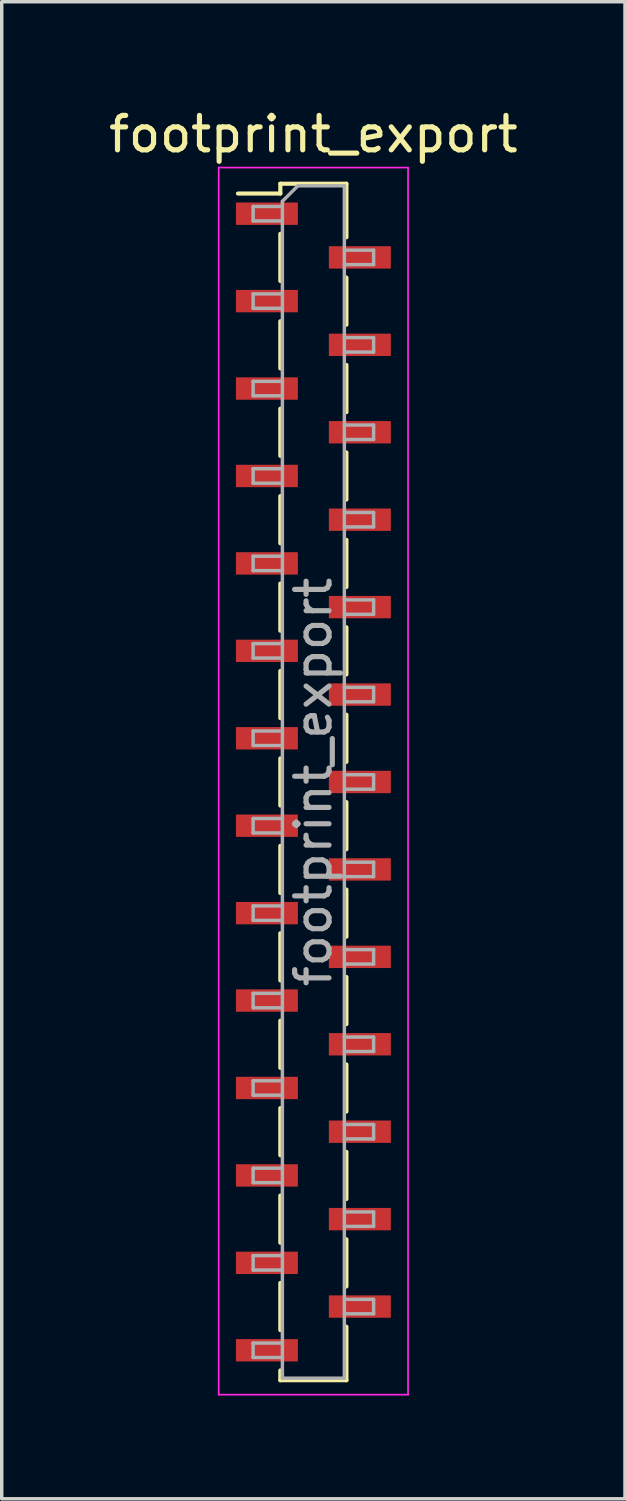
<source format=kicad_pcb>
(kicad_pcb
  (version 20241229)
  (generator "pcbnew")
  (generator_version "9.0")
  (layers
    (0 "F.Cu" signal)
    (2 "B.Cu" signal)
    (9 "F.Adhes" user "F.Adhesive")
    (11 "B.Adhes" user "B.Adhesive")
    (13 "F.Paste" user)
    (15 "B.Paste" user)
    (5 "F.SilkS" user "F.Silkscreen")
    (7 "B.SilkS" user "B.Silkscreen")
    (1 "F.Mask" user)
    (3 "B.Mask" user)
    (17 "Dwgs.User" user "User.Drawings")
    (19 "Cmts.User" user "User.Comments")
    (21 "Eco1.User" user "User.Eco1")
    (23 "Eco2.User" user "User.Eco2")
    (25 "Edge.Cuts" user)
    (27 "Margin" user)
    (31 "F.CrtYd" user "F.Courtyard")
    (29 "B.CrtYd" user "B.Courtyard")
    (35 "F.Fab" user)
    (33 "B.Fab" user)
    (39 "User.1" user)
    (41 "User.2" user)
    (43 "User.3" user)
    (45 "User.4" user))
  (footprint "footprint_export"
    (layer "F.Cu")
    (at 6.054 19.668)
    (property "Reference" "footprint_export" (at 0 -18.82 0) (layer "F.SilkS") (effects (font (size 1 1) (thickness 0.15))))
    (attr smd)
    (fp_line (start -2.19 -17.095) (end -0.96 -17.095) (stroke (width 0.12) (type solid)) (layer "F.SilkS"))
    (fp_line (start -0.96 -17.38) (end -0.96 -17.095) (stroke (width 0.12) (type solid)) (layer "F.SilkS"))
    (fp_line (start -0.96 -17.38) (end 0.96 -17.38) (stroke (width 0.12) (type solid)) (layer "F.SilkS"))
    (fp_line (start -0.96 -15.925) (end -0.96 -14.555) (stroke (width 0.12) (type solid)) (layer "F.SilkS"))
    (fp_line (start -0.96 -13.385) (end -0.96 -12.015) (stroke (width 0.12) (type solid)) (layer "F.SilkS"))
    (fp_line (start -0.96 -10.845) (end -0.96 -9.475) (stroke (width 0.12) (type solid)) (layer "F.SilkS"))
    (fp_line (start -0.96 -8.305) (end -0.96 -6.935) (stroke (width 0.12) (type solid)) (layer "F.SilkS"))
    (fp_line (start -0.96 -5.765) (end -0.96 -4.395) (stroke (width 0.12) (type solid)) (layer "F.SilkS"))
    (fp_line (start -0.96 -3.225) (end -0.96 -1.855) (stroke (width 0.12) (type solid)) (layer "F.SilkS"))
    (fp_line (start -0.96 -0.685) (end -0.96 0.685) (stroke (width 0.12) (type solid)) (layer "F.SilkS"))
    (fp_line (start -0.96 1.855) (end -0.96 3.225) (stroke (width 0.12) (type solid)) (layer "F.SilkS"))
    (fp_line (start -0.96 4.395) (end -0.96 5.765) (stroke (width 0.12) (type solid)) (layer "F.SilkS"))
    (fp_line (start -0.96 6.935) (end -0.96 8.305) (stroke (width 0.12) (type solid)) (layer "F.SilkS"))
    (fp_line (start -0.96 9.475) (end -0.96 10.845) (stroke (width 0.12) (type solid)) (layer "F.SilkS"))
    (fp_line (start -0.96 12.015) (end -0.96 13.385) (stroke (width 0.12) (type solid)) (layer "F.SilkS"))
    (fp_line (start -0.96 14.555) (end -0.96 15.925) (stroke (width 0.12) (type solid)) (layer "F.SilkS"))
    (fp_line (start -0.96 17.095) (end -0.96 17.38) (stroke (width 0.12) (type solid)) (layer "F.SilkS"))
    (fp_line (start -0.96 17.38) (end 0.96 17.38) (stroke (width 0.12) (type solid)) (layer "F.SilkS"))
    (fp_line (start 0.96 -17.38) (end 0.96 -15.825) (stroke (width 0.12) (type solid)) (layer "F.SilkS"))
    (fp_line (start 0.96 -14.655) (end 0.96 -13.285) (stroke (width 0.12) (type solid)) (layer "F.SilkS"))
    (fp_line (start 0.96 -12.115) (end 0.96 -10.745) (stroke (width 0.12) (type solid)) (layer "F.SilkS"))
    (fp_line (start 0.96 -9.575) (end 0.96 -8.205) (stroke (width 0.12) (type solid)) (layer "F.SilkS"))
    (fp_line (start 0.96 -7.035) (end 0.96 -5.665) (stroke (width 0.12) (type solid)) (layer "F.SilkS"))
    (fp_line (start 0.96 -4.495) (end 0.96 -3.125) (stroke (width 0.12) (type solid)) (layer "F.SilkS"))
    (fp_line (start 0.96 -1.955) (end 0.96 -0.585) (stroke (width 0.12) (type solid)) (layer "F.SilkS"))
    (fp_line (start 0.96 0.585) (end 0.96 1.955) (stroke (width 0.12) (type solid)) (layer "F.SilkS"))
    (fp_line (start 0.96 3.125) (end 0.96 4.495) (stroke (width 0.12) (type solid)) (layer "F.SilkS"))
    (fp_line (start 0.96 5.665) (end 0.96 7.035) (stroke (width 0.12) (type solid)) (layer "F.SilkS"))
    (fp_line (start 0.96 8.205) (end 0.96 9.575) (stroke (width 0.12) (type solid)) (layer "F.SilkS"))
    (fp_line (start 0.96 10.745) (end 0.96 12.115) (stroke (width 0.12) (type solid)) (layer "F.SilkS"))
    (fp_line (start 0.96 13.285) (end 0.96 14.655) (stroke (width 0.12) (type solid)) (layer "F.SilkS"))
    (fp_line (start 0.96 15.825) (end 0.96 17.38) (stroke (width 0.12) (type solid)) (layer "F.SilkS"))
    (fp_line (start -2.75 -17.85) (end 2.75 -17.85) (stroke (width 0.05) (type solid)) (layer "F.CrtYd"))
    (fp_line (start -2.75 17.8) (end -2.75 -17.85) (stroke (width 0.05) (type solid)) (layer "F.CrtYd"))
    (fp_line (start 2.75 -17.85) (end 2.75 17.8) (stroke (width 0.05) (type solid)) (layer "F.CrtYd"))
    (fp_line (start 2.75 17.8) (end -2.75 17.8) (stroke (width 0.05) (type solid)) (layer "F.CrtYd"))
    (fp_line (start -1.75 -16.72) (end -0.9 -16.72) (stroke (width 0.1) (type solid)) (layer "F.Fab"))
    (fp_line (start -1.75 -16.3) (end -1.75 -16.72) (stroke (width 0.1) (type solid)) (layer "F.Fab"))
    (fp_line (start -1.75 -14.18) (end -0.9 -14.18) (stroke (width 0.1) (type solid)) (layer "F.Fab"))
    (fp_line (start -1.75 -13.76) (end -1.75 -14.18) (stroke (width 0.1) (type solid)) (layer "F.Fab"))
    (fp_line (start -1.75 -11.64) (end -0.9 -11.64) (stroke (width 0.1) (type solid)) (layer "F.Fab"))
    (fp_line (start -1.75 -11.22) (end -1.75 -11.64) (stroke (width 0.1) (type solid)) (layer "F.Fab"))
    (fp_line (start -1.75 -9.1) (end -0.9 -9.1) (stroke (width 0.1) (type solid)) (layer "F.Fab"))
    (fp_line (start -1.75 -8.68) (end -1.75 -9.1) (stroke (width 0.1) (type solid)) (layer "F.Fab"))
    (fp_line (start -1.75 -6.56) (end -0.9 -6.56) (stroke (width 0.1) (type solid)) (layer "F.Fab"))
    (fp_line (start -1.75 -6.14) (end -1.75 -6.56) (stroke (width 0.1) (type solid)) (layer "F.Fab"))
    (fp_line (start -1.75 -4.02) (end -0.9 -4.02) (stroke (width 0.1) (type solid)) (layer "F.Fab"))
    (fp_line (start -1.75 -3.6) (end -1.75 -4.02) (stroke (width 0.1) (type solid)) (layer "F.Fab"))
    (fp_line (start -1.75 -1.48) (end -0.9 -1.48) (stroke (width 0.1) (type solid)) (layer "F.Fab"))
    (fp_line (start -1.75 -1.06) (end -1.75 -1.48) (stroke (width 0.1) (type solid)) (layer "F.Fab"))
    (fp_line (start -1.75 1.06) (end -0.9 1.06) (stroke (width 0.1) (type solid)) (layer "F.Fab"))
    (fp_line (start -1.75 1.48) (end -1.75 1.06) (stroke (width 0.1) (type solid)) (layer "F.Fab"))
    (fp_line (start -1.75 3.6) (end -0.9 3.6) (stroke (width 0.1) (type solid)) (layer "F.Fab"))
    (fp_line (start -1.75 4.02) (end -1.75 3.6) (stroke (width 0.1) (type solid)) (layer "F.Fab"))
    (fp_line (start -1.75 6.14) (end -0.9 6.14) (stroke (width 0.1) (type solid)) (layer "F.Fab"))
    (fp_line (start -1.75 6.56) (end -1.75 6.14) (stroke (width 0.1) (type solid)) (layer "F.Fab"))
    (fp_line (start -1.75 8.68) (end -0.9 8.68) (stroke (width 0.1) (type solid)) (layer "F.Fab"))
    (fp_line (start -1.75 9.1) (end -1.75 8.68) (stroke (width 0.1) (type solid)) (layer "F.Fab"))
    (fp_line (start -1.75 11.22) (end -0.9 11.22) (stroke (width 0.1) (type solid)) (layer "F.Fab"))
    (fp_line (start -1.75 11.64) (end -1.75 11.22) (stroke (width 0.1) (type solid)) (layer "F.Fab"))
    (fp_line (start -1.75 13.76) (end -0.9 13.76) (stroke (width 0.1) (type solid)) (layer "F.Fab"))
    (fp_line (start -1.75 14.18) (end -1.75 13.76) (stroke (width 0.1) (type solid)) (layer "F.Fab"))
    (fp_line (start -1.75 16.3) (end -0.9 16.3) (stroke (width 0.1) (type solid)) (layer "F.Fab"))
    (fp_line (start -1.75 16.72) (end -1.75 16.3) (stroke (width 0.1) (type solid)) (layer "F.Fab"))
    (fp_line (start -0.9 -16.87) (end -0.45 -17.32) (stroke (width 0.1) (type solid)) (layer "F.Fab"))
    (fp_line (start -0.9 -16.3) (end -1.75 -16.3) (stroke (width 0.1) (type solid)) (layer "F.Fab"))
    (fp_line (start -0.9 -13.76) (end -1.75 -13.76) (stroke (width 0.1) (type solid)) (layer "F.Fab"))
    (fp_line (start -0.9 -11.22) (end -1.75 -11.22) (stroke (width 0.1) (type solid)) (layer "F.Fab"))
    (fp_line (start -0.9 -8.68) (end -1.75 -8.68) (stroke (width 0.1) (type solid)) (layer "F.Fab"))
    (fp_line (start -0.9 -6.14) (end -1.75 -6.14) (stroke (width 0.1) (type solid)) (layer "F.Fab"))
    (fp_line (start -0.9 -3.6) (end -1.75 -3.6) (stroke (width 0.1) (type solid)) (layer "F.Fab"))
    (fp_line (start -0.9 -1.06) (end -1.75 -1.06) (stroke (width 0.1) (type solid)) (layer "F.Fab"))
    (fp_line (start -0.9 1.48) (end -1.75 1.48) (stroke (width 0.1) (type solid)) (layer "F.Fab"))
    (fp_line (start -0.9 4.02) (end -1.75 4.02) (stroke (width 0.1) (type solid)) (layer "F.Fab"))
    (fp_line (start -0.9 6.56) (end -1.75 6.56) (stroke (width 0.1) (type solid)) (layer "F.Fab"))
    (fp_line (start -0.9 9.1) (end -1.75 9.1) (stroke (width 0.1) (type solid)) (layer "F.Fab"))
    (fp_line (start -0.9 11.64) (end -1.75 11.64) (stroke (width 0.1) (type solid)) (layer "F.Fab"))
    (fp_line (start -0.9 14.18) (end -1.75 14.18) (stroke (width 0.1) (type solid)) (layer "F.Fab"))
    (fp_line (start -0.9 16.72) (end -1.75 16.72) (stroke (width 0.1) (type solid)) (layer "F.Fab"))
    (fp_line (start -0.9 17.32) (end -0.9 -16.87) (stroke (width 0.1) (type solid)) (layer "F.Fab"))
    (fp_line (start -0.45 -17.32) (end 0.9 -17.32) (stroke (width 0.1) (type solid)) (layer "F.Fab"))
    (fp_line (start 0.9 -17.32) (end 0.9 17.32) (stroke (width 0.1) (type solid)) (layer "F.Fab"))
    (fp_line (start 0.9 -15.45) (end 1.75 -15.45) (stroke (width 0.1) (type solid)) (layer "F.Fab"))
    (fp_line (start 0.9 -12.91) (end 1.75 -12.91) (stroke (width 0.1) (type solid)) (layer "F.Fab"))
    (fp_line (start 0.9 -10.37) (end 1.75 -10.37) (stroke (width 0.1) (type solid)) (layer "F.Fab"))
    (fp_line (start 0.9 -7.83) (end 1.75 -7.83) (stroke (width 0.1) (type solid)) (layer "F.Fab"))
    (fp_line (start 0.9 -5.29) (end 1.75 -5.29) (stroke (width 0.1) (type solid)) (layer "F.Fab"))
    (fp_line (start 0.9 -2.75) (end 1.75 -2.75) (stroke (width 0.1) (type solid)) (layer "F.Fab"))
    (fp_line (start 0.9 -0.21) (end 1.75 -0.21) (stroke (width 0.1) (type solid)) (layer "F.Fab"))
    (fp_line (start 0.9 2.33) (end 1.75 2.33) (stroke (width 0.1) (type solid)) (layer "F.Fab"))
    (fp_line (start 0.9 4.87) (end 1.75 4.87) (stroke (width 0.1) (type solid)) (layer "F.Fab"))
    (fp_line (start 0.9 7.41) (end 1.75 7.41) (stroke (width 0.1) (type solid)) (layer "F.Fab"))
    (fp_line (start 0.9 9.95) (end 1.75 9.95) (stroke (width 0.1) (type solid)) (layer "F.Fab"))
    (fp_line (start 0.9 12.49) (end 1.75 12.49) (stroke (width 0.1) (type solid)) (layer "F.Fab"))
    (fp_line (start 0.9 15.03) (end 1.75 15.03) (stroke (width 0.1) (type solid)) (layer "F.Fab"))
    (fp_line (start 0.9 17.32) (end -0.9 17.32) (stroke (width 0.1) (type solid)) (layer "F.Fab"))
    (fp_line (start 1.75 -15.45) (end 1.75 -15.03) (stroke (width 0.1) (type solid)) (layer "F.Fab"))
    (fp_line (start 1.75 -15.03) (end 0.9 -15.03) (stroke (width 0.1) (type solid)) (layer "F.Fab"))
    (fp_line (start 1.75 -12.91) (end 1.75 -12.49) (stroke (width 0.1) (type solid)) (layer "F.Fab"))
    (fp_line (start 1.75 -12.49) (end 0.9 -12.49) (stroke (width 0.1) (type solid)) (layer "F.Fab"))
    (fp_line (start 1.75 -10.37) (end 1.75 -9.95) (stroke (width 0.1) (type solid)) (layer "F.Fab"))
    (fp_line (start 1.75 -9.95) (end 0.9 -9.95) (stroke (width 0.1) (type solid)) (layer "F.Fab"))
    (fp_line (start 1.75 -7.83) (end 1.75 -7.41) (stroke (width 0.1) (type solid)) (layer "F.Fab"))
    (fp_line (start 1.75 -7.41) (end 0.9 -7.41) (stroke (width 0.1) (type solid)) (layer "F.Fab"))
    (fp_line (start 1.75 -5.29) (end 1.75 -4.87) (stroke (width 0.1) (type solid)) (layer "F.Fab"))
    (fp_line (start 1.75 -4.87) (end 0.9 -4.87) (stroke (width 0.1) (type solid)) (layer "F.Fab"))
    (fp_line (start 1.75 -2.75) (end 1.75 -2.33) (stroke (width 0.1) (type solid)) (layer "F.Fab"))
    (fp_line (start 1.75 -2.33) (end 0.9 -2.33) (stroke (width 0.1) (type solid)) (layer "F.Fab"))
    (fp_line (start 1.75 -0.21) (end 1.75 0.21) (stroke (width 0.1) (type solid)) (layer "F.Fab"))
    (fp_line (start 1.75 0.21) (end 0.9 0.21) (stroke (width 0.1) (type solid)) (layer "F.Fab"))
    (fp_line (start 1.75 2.33) (end 1.75 2.75) (stroke (width 0.1) (type solid)) (layer "F.Fab"))
    (fp_line (start 1.75 2.75) (end 0.9 2.75) (stroke (width 0.1) (type solid)) (layer "F.Fab"))
    (fp_line (start 1.75 4.87) (end 1.75 5.29) (stroke (width 0.1) (type solid)) (layer "F.Fab"))
    (fp_line (start 1.75 5.29) (end 0.9 5.29) (stroke (width 0.1) (type solid)) (layer "F.Fab"))
    (fp_line (start 1.75 7.41) (end 1.75 7.83) (stroke (width 0.1) (type solid)) (layer "F.Fab"))
    (fp_line (start 1.75 7.83) (end 0.9 7.83) (stroke (width 0.1) (type solid)) (layer "F.Fab"))
    (fp_line (start 1.75 9.95) (end 1.75 10.37) (stroke (width 0.1) (type solid)) (layer "F.Fab"))
    (fp_line (start 1.75 10.37) (end 0.9 10.37) (stroke (width 0.1) (type solid)) (layer "F.Fab"))
    (fp_line (start 1.75 12.49) (end 1.75 12.91) (stroke (width 0.1) (type solid)) (layer "F.Fab"))
    (fp_line (start 1.75 12.91) (end 0.9 12.91) (stroke (width 0.1) (type solid)) (layer "F.Fab"))
    (fp_line (start 1.75 15.03) (end 1.75 15.45) (stroke (width 0.1) (type solid)) (layer "F.Fab"))
    (fp_line (start 1.75 15.45) (end 0.9 15.45) (stroke (width 0.1) (type solid)) (layer "F.Fab"))
    (fp_text user "${REFERENCE}" (at 0 0 90) (layer "F.Fab") (effects (font (size 1 1) (thickness 0.15))))
    (pad "1" smd rect (at -1.35 -16.51) (size 1.8 0.65) (layers "F.Cu" "F.Mask" "F.Paste"))
    (pad "2" smd rect (at 1.35 -15.24) (size 1.8 0.65) (layers "F.Cu" "F.Mask" "F.Paste"))
    (pad "3" smd rect (at -1.35 -13.97) (size 1.8 0.65) (layers "F.Cu" "F.Mask" "F.Paste"))
    (pad "4" smd rect (at 1.35 -12.7) (size 1.8 0.65) (layers "F.Cu" "F.Mask" "F.Paste"))
    (pad "5" smd rect (at -1.35 -11.43) (size 1.8 0.65) (layers "F.Cu" "F.Mask" "F.Paste"))
    (pad "6" smd rect (at 1.35 -10.16) (size 1.8 0.65) (layers "F.Cu" "F.Mask" "F.Paste"))
    (pad "7" smd rect (at -1.35 -8.89) (size 1.8 0.65) (layers "F.Cu" "F.Mask" "F.Paste"))
    (pad "8" smd rect (at 1.35 -7.62) (size 1.8 0.65) (layers "F.Cu" "F.Mask" "F.Paste"))
    (pad "9" smd rect (at -1.35 -6.35) (size 1.8 0.65) (layers "F.Cu" "F.Mask" "F.Paste"))
    (pad "10" smd rect (at 1.35 -5.08) (size 1.8 0.65) (layers "F.Cu" "F.Mask" "F.Paste"))
    (pad "11" smd rect (at -1.35 -3.81) (size 1.8 0.65) (layers "F.Cu" "F.Mask" "F.Paste"))
    (pad "12" smd rect (at 1.35 -2.54) (size 1.8 0.65) (layers "F.Cu" "F.Mask" "F.Paste"))
    (pad "13" smd rect (at -1.35 -1.27) (size 1.8 0.65) (layers "F.Cu" "F.Mask" "F.Paste"))
    (pad "14" smd rect (at 1.35 0) (size 1.8 0.65) (layers "F.Cu" "F.Mask" "F.Paste"))
    (pad "15" smd rect (at -1.35 1.27) (size 1.8 0.65) (layers "F.Cu" "F.Mask" "F.Paste"))
    (pad "16" smd rect (at 1.35 2.54) (size 1.8 0.65) (layers "F.Cu" "F.Mask" "F.Paste"))
    (pad "17" smd rect (at -1.35 3.81) (size 1.8 0.65) (layers "F.Cu" "F.Mask" "F.Paste"))
    (pad "18" smd rect (at 1.35 5.08) (size 1.8 0.65) (layers "F.Cu" "F.Mask" "F.Paste"))
    (pad "19" smd rect (at -1.35 6.35) (size 1.8 0.65) (layers "F.Cu" "F.Mask" "F.Paste"))
    (pad "20" smd rect (at 1.35 7.62) (size 1.8 0.65) (layers "F.Cu" "F.Mask" "F.Paste"))
    (pad "21" smd rect (at -1.35 8.89) (size 1.8 0.65) (layers "F.Cu" "F.Mask" "F.Paste"))
    (pad "22" smd rect (at 1.35 10.16) (size 1.8 0.65) (layers "F.Cu" "F.Mask" "F.Paste"))
    (pad "23" smd rect (at -1.35 11.43) (size 1.8 0.65) (layers "F.Cu" "F.Mask" "F.Paste"))
    (pad "24" smd rect (at 1.35 12.7) (size 1.8 0.65) (layers "F.Cu" "F.Mask" "F.Paste"))
    (pad "25" smd rect (at -1.35 13.97) (size 1.8 0.65) (layers "F.Cu" "F.Mask" "F.Paste"))
    (pad "26" smd rect (at 1.35 15.24) (size 1.8 0.65) (layers "F.Cu" "F.Mask" "F.Paste"))
    (pad "27" smd rect (at -1.35 16.51) (size 1.8 0.65) (layers "F.Cu" "F.Mask" "F.Paste")))
  (gr_rect
    (start -3 -3)
    (end 15.107 40.493)
    (stroke (width 0.1) (type default))
    (fill no)
    (layer "Edge.Cuts")))
</source>
